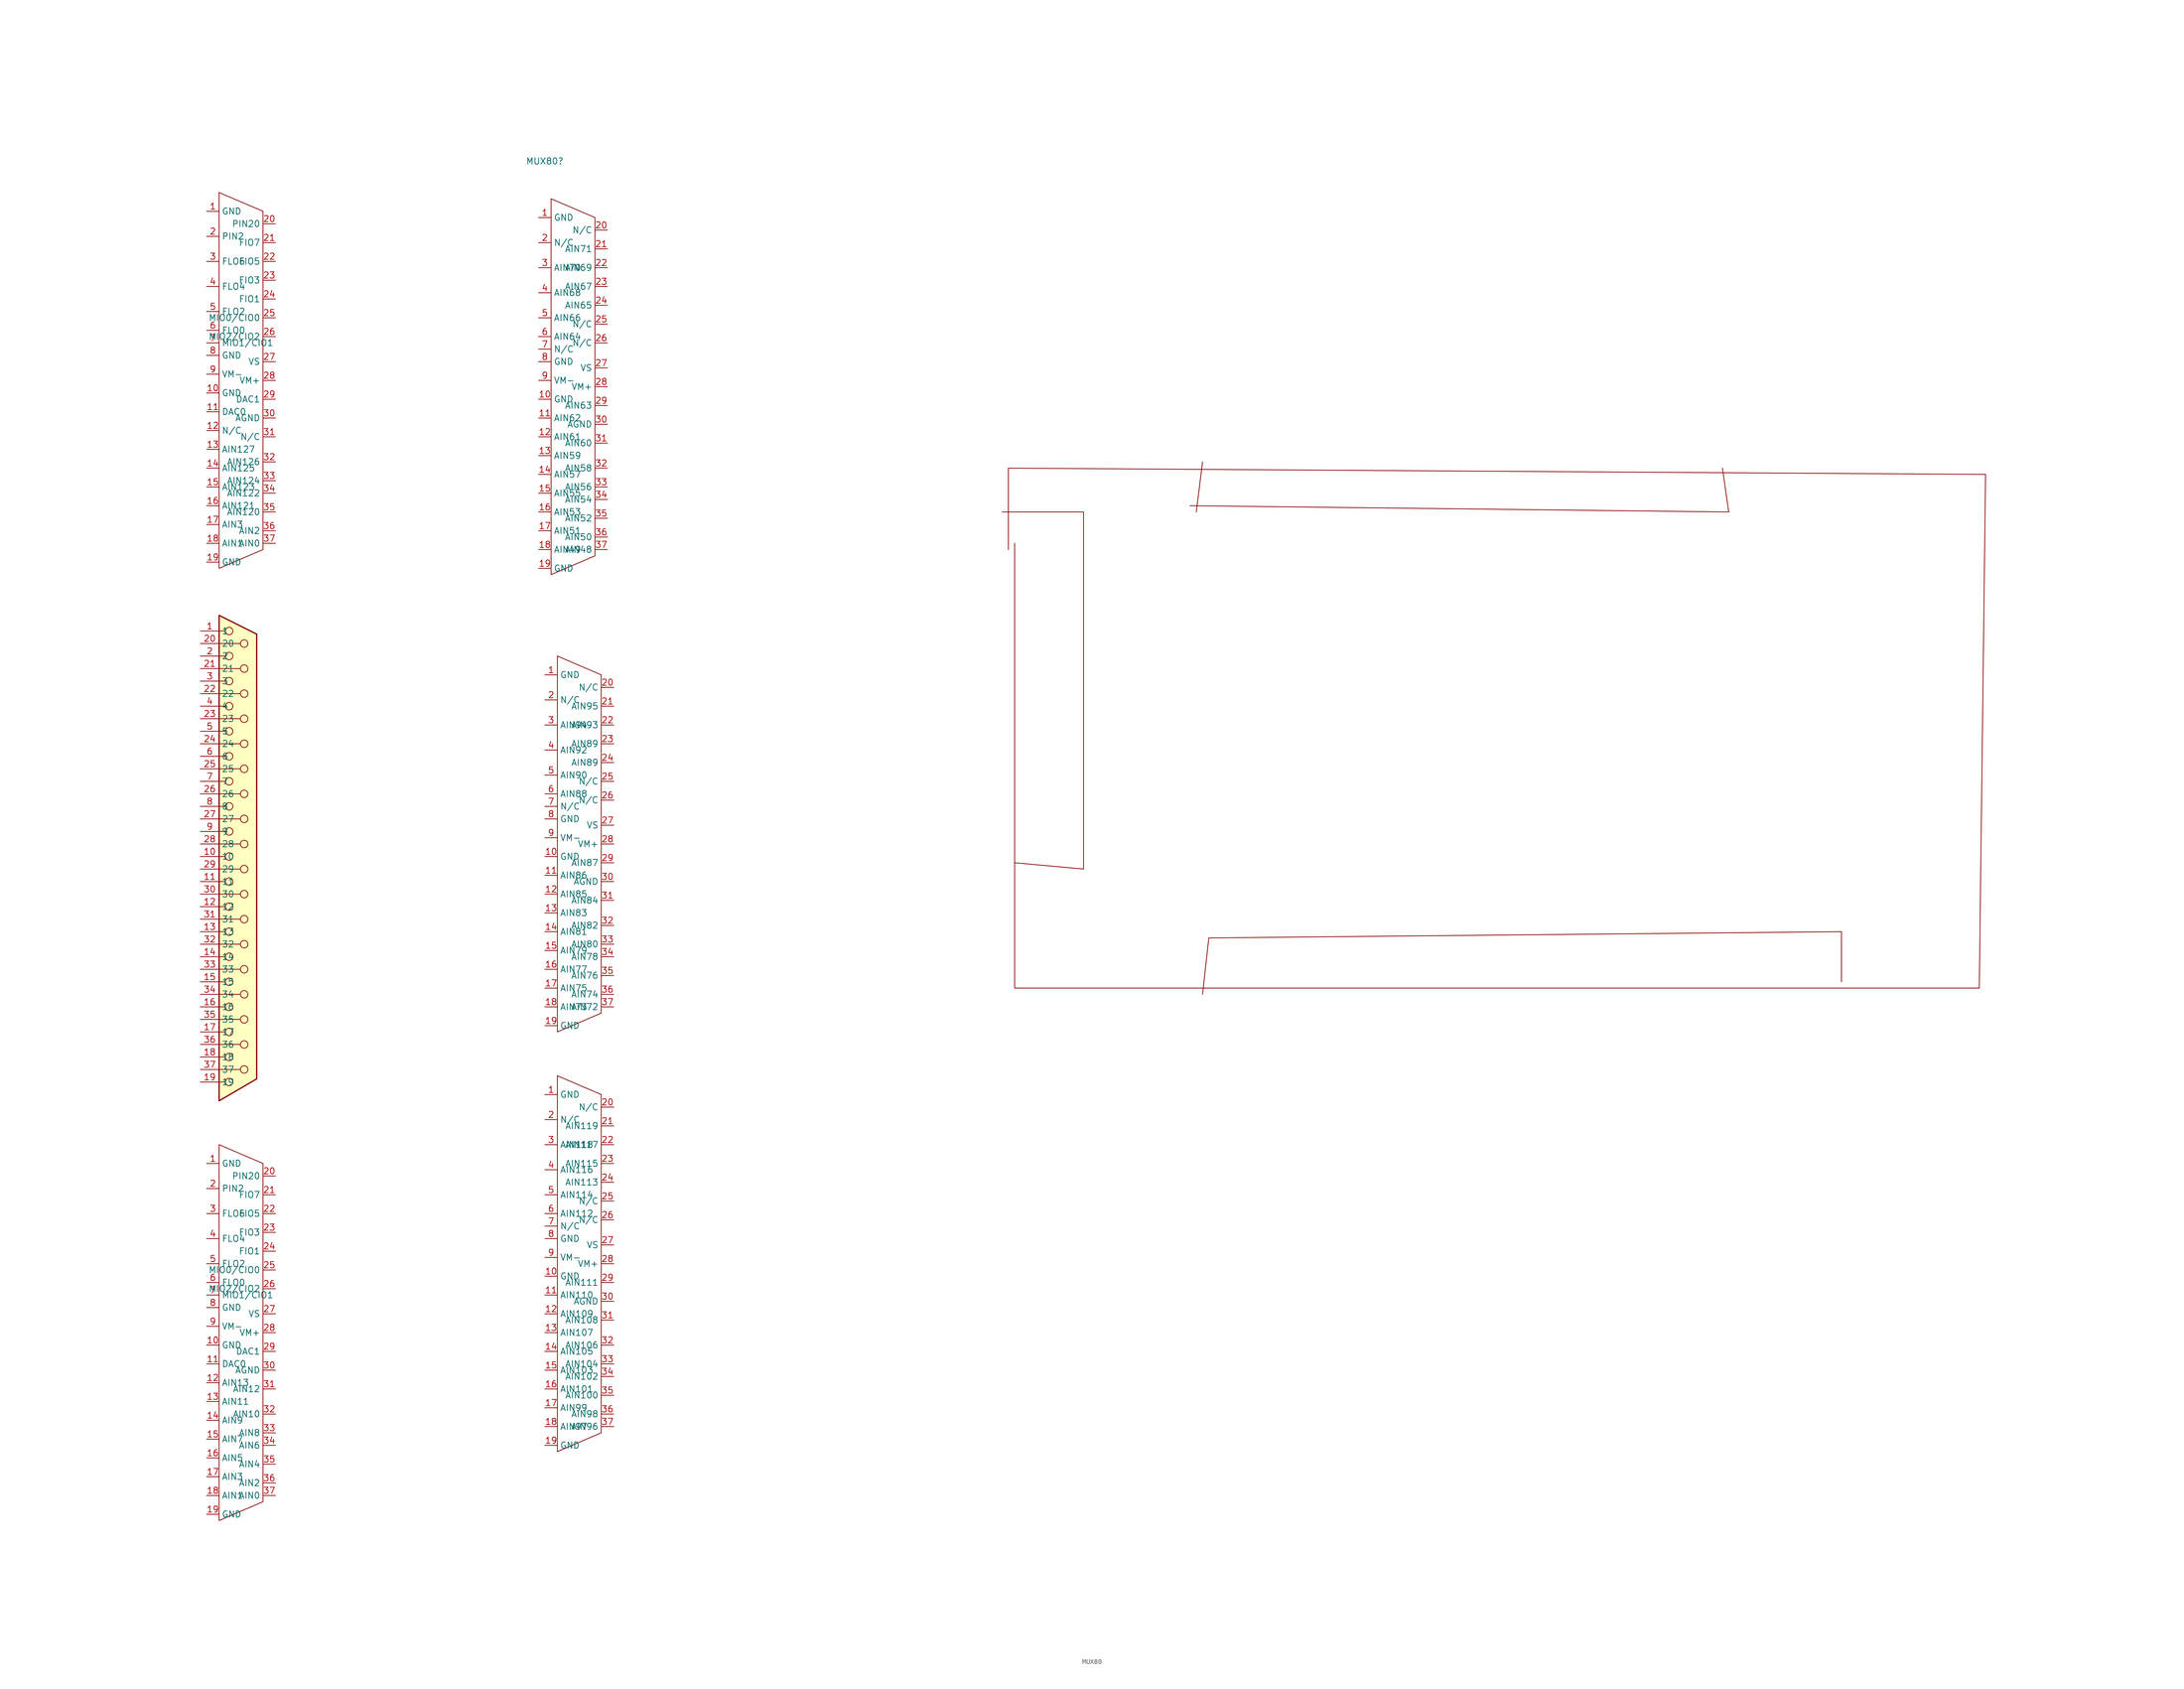
<source format=kicad_sym>
(kicad_symbol_lib
  (version 20241209)
  (generator "kicad_symbol_editor")
  (generator_version "9.0")
  (symbol "MUX80"
    (property "Reference" "MUX80"
      (at -24.13 133.35 0)
      (effects (font (size 1.27 1.27))))
    (property "Value" ""
      (at 0 0 0)
      (effects (font (size 1.27 1.27))))
    (symbol "MUX80_0_1"
      (polyline (pts (xy -90.17 127) (xy -81.28 123.19)) (stroke (width 0) (type default)) (fill (type none)))
      (polyline (pts (xy -90.17 38.1) (xy -88.9 38.1)) (stroke (width 0) (type default)) (fill (type none)))
      (polyline (pts (xy -90.17 35.56) (xy -85.852 35.56)) (stroke (width 0) (type default)) (fill (type none)))
      (polyline (pts (xy -90.17 33.02) (xy -88.9 33.02)) (stroke (width 0) (type default)) (fill (type none)))
      (polyline (pts (xy -90.17 30.48) (xy -85.852 30.48)) (stroke (width 0) (type default)) (fill (type none)))
      (polyline (pts (xy -90.17 27.94) (xy -88.9 27.94)) (stroke (width 0) (type default)) (fill (type none)))
      (polyline (pts (xy -90.17 25.4) (xy -85.852 25.4)) (stroke (width 0) (type default)) (fill (type none)))
      (polyline (pts (xy -90.17 22.86) (xy -88.9 22.86)) (stroke (width 0) (type default)) (fill (type none)))
      (polyline (pts (xy -90.17 20.32) (xy -85.852 20.32)) (stroke (width 0) (type default)) (fill (type none)))
      (polyline (pts (xy -90.17 17.78) (xy -88.9 17.78)) (stroke (width 0) (type default)) (fill (type none)))
      (polyline (pts (xy -90.17 15.24) (xy -85.852 15.24)) (stroke (width 0) (type default)) (fill (type none)))
      (polyline (pts (xy -90.17 12.7) (xy -88.9 12.7)) (stroke (width 0) (type default)) (fill (type none)))
      (polyline (pts (xy -90.17 10.16) (xy -85.852 10.16)) (stroke (width 0) (type default)) (fill (type none)))
      (polyline (pts (xy -90.17 7.62) (xy -88.9 7.62)) (stroke (width 0) (type default)) (fill (type none)))
      (polyline (pts (xy -90.17 5.08) (xy -85.852 5.08)) (stroke (width 0) (type default)) (fill (type none)))
      (polyline (pts (xy -90.17 2.54) (xy -88.9 2.54)) (stroke (width 0) (type default)) (fill (type none)))
      (polyline (pts (xy -90.17 0) (xy -85.852 0)) (stroke (width 0) (type default)) (fill (type none)))
      (polyline (pts (xy -90.17 -2.54) (xy -88.9 -2.54)) (stroke (width 0) (type default)) (fill (type none)))
      (polyline (pts (xy -90.17 -5.08) (xy -85.852 -5.08)) (stroke (width 0) (type default)) (fill (type none)))
      (polyline (pts (xy -90.17 -7.62) (xy -88.9 -7.62)) (stroke (width 0) (type default)) (fill (type none)))
      (polyline (pts (xy -90.17 -10.16) (xy -85.852 -10.16)) (stroke (width 0) (type default)) (fill (type none)))
      (polyline (pts (xy -90.17 -12.7) (xy -88.9 -12.7)) (stroke (width 0) (type default)) (fill (type none)))
      (polyline (pts (xy -90.17 -15.24) (xy -85.852 -15.24)) (stroke (width 0) (type default)) (fill (type none)))
      (polyline (pts (xy -90.17 -17.78) (xy -88.9 -17.78)) (stroke (width 0) (type default)) (fill (type none)))
      (polyline (pts (xy -90.17 -20.32) (xy -85.852 -20.32)) (stroke (width 0) (type default)) (fill (type none)))
      (polyline (pts (xy -90.17 -22.86) (xy -88.9 -22.86)) (stroke (width 0) (type default)) (fill (type none)))
      (polyline (pts (xy -90.17 -25.4) (xy -85.852 -25.4)) (stroke (width 0) (type default)) (fill (type none)))
      (polyline (pts (xy -90.17 -27.94) (xy -88.9 -27.94)) (stroke (width 0) (type default)) (fill (type none)))
      (polyline (pts (xy -90.17 -30.48) (xy -85.852 -30.48)) (stroke (width 0) (type default)) (fill (type none)))
      (polyline (pts (xy -90.17 -33.02) (xy -88.9 -33.02)) (stroke (width 0) (type default)) (fill (type none)))
      (polyline (pts (xy -90.17 -35.56) (xy -85.852 -35.56)) (stroke (width 0) (type default)) (fill (type none)))
      (polyline (pts (xy -90.17 -38.1) (xy -88.9 -38.1)) (stroke (width 0) (type default)) (fill (type none)))
      (polyline (pts (xy -90.17 -40.64) (xy -85.852 -40.64)) (stroke (width 0) (type default)) (fill (type none)))
      (polyline (pts (xy -90.17 -43.18) (xy -88.9 -43.18)) (stroke (width 0) (type default)) (fill (type none)))
      (polyline (pts (xy -90.17 -45.72) (xy -85.852 -45.72)) (stroke (width 0) (type default)) (fill (type none)))
      (polyline (pts (xy -90.17 -48.26) (xy -88.9 -48.26)) (stroke (width 0) (type default)) (fill (type none)))
      (polyline (pts (xy -90.17 -50.8) (xy -85.852 -50.8)) (stroke (width 0) (type default)) (fill (type none)))
      (polyline (pts (xy -90.17 -53.34) (xy -88.9 -53.34)) (stroke (width 0) (type default)) (fill (type none)))
      (polyline (pts (xy -90.17 -57.15) (xy -82.55 -52.705) (xy -82.55 37.465) (xy -90.17 41.275) (xy -90.17 -57.15)) (stroke (width 0.254) (type default)) (fill (type background)))
      (polyline (pts (xy -90.17 -66.04) (xy -81.28 -69.85)) (stroke (width 0) (type default)) (fill (type none)))
      (circle (center -88.138 38.1) (radius 0.762) (stroke (width 0) (type default)) (fill (type none)))
      (circle (center -88.138 33.02) (radius 0.762) (stroke (width 0) (type default)) (fill (type none)))
      (circle (center -88.138 27.94) (radius 0.762) (stroke (width 0) (type default)) (fill (type none)))
      (circle (center -88.138 22.86) (radius 0.762) (stroke (width 0) (type default)) (fill (type none)))
      (circle (center -88.138 17.78) (radius 0.762) (stroke (width 0) (type default)) (fill (type none)))
      (circle (center -88.138 12.7) (radius 0.762) (stroke (width 0) (type default)) (fill (type none)))
      (circle (center -88.138 7.62) (radius 0.762) (stroke (width 0) (type default)) (fill (type none)))
      (circle (center -88.138 2.54) (radius 0.762) (stroke (width 0) (type default)) (fill (type none)))
      (circle (center -88.138 -2.54) (radius 0.762) (stroke (width 0) (type default)) (fill (type none)))
      (circle (center -88.138 -7.62) (radius 0.762) (stroke (width 0) (type default)) (fill (type none)))
      (circle (center -88.138 -12.7) (radius 0.762) (stroke (width 0) (type default)) (fill (type none)))
      (circle (center -88.138 -17.78) (radius 0.762) (stroke (width 0) (type default)) (fill (type none)))
      (circle (center -88.138 -22.86) (radius 0.762) (stroke (width 0) (type default)) (fill (type none)))
      (circle (center -88.138 -27.94) (radius 0.762) (stroke (width 0) (type default)) (fill (type none)))
      (circle (center -88.138 -33.02) (radius 0.762) (stroke (width 0) (type default)) (fill (type none)))
      (circle (center -88.138 -38.1) (radius 0.762) (stroke (width 0) (type default)) (fill (type none)))
      (circle (center -88.138 -43.18) (radius 0.762) (stroke (width 0) (type default)) (fill (type none)))
      (circle (center -88.138 -48.26) (radius 0.762) (stroke (width 0) (type default)) (fill (type none)))
      (circle (center -88.138 -53.34) (radius 0.762) (stroke (width 0) (type default)) (fill (type none)))
      (circle (center -85.09 35.56) (radius 0.762) (stroke (width 0) (type default)) (fill (type none)))
      (circle (center -85.09 30.48) (radius 0.762) (stroke (width 0) (type default)) (fill (type none)))
      (circle (center -85.09 25.4) (radius 0.762) (stroke (width 0) (type default)) (fill (type none)))
      (circle (center -85.09 20.32) (radius 0.762) (stroke (width 0) (type default)) (fill (type none)))
      (circle (center -85.09 15.24) (radius 0.762) (stroke (width 0) (type default)) (fill (type none)))
      (circle (center -85.09 10.16) (radius 0.762) (stroke (width 0) (type default)) (fill (type none)))
      (circle (center -85.09 5.08) (radius 0.762) (stroke (width 0) (type default)) (fill (type none)))
      (circle (center -85.09 0) (radius 0.762) (stroke (width 0) (type default)) (fill (type none)))
      (circle (center -85.09 -5.08) (radius 0.762) (stroke (width 0) (type default)) (fill (type none)))
      (circle (center -85.09 -10.16) (radius 0.762) (stroke (width 0) (type default)) (fill (type none)))
      (circle (center -85.09 -15.24) (radius 0.762) (stroke (width 0) (type default)) (fill (type none)))
      (circle (center -85.09 -20.32) (radius 0.762) (stroke (width 0) (type default)) (fill (type none)))
      (circle (center -85.09 -25.4) (radius 0.762) (stroke (width 0) (type default)) (fill (type none)))
      (circle (center -85.09 -30.48) (radius 0.762) (stroke (width 0) (type default)) (fill (type none)))
      (circle (center -85.09 -35.56) (radius 0.762) (stroke (width 0) (type default)) (fill (type none)))
      (circle (center -85.09 -40.64) (radius 0.762) (stroke (width 0) (type default)) (fill (type none)))
      (circle (center -85.09 -45.72) (radius 0.762) (stroke (width 0) (type default)) (fill (type none)))
      (circle (center -85.09 -50.8) (radius 0.762) (stroke (width 0) (type default)) (fill (type none)))
      (polyline (pts (xy -81.28 123.19) (xy -81.28 54.61) (xy -90.17 50.8) (xy -90.17 127) (xy -90.17 114.3)) (stroke (width 0) (type default)) (fill (type none)))
      (polyline (pts (xy -81.28 -69.85) (xy -81.28 -138.43) (xy -90.17 -142.24) (xy -90.17 -66.04) (xy -90.17 -78.74)) (stroke (width 0) (type default)) (fill (type none)))
      (polyline (pts (xy -22.86 125.73) (xy -13.97 121.92)) (stroke (width 0) (type default)) (fill (type none)))
      (polyline (pts (xy -21.59 33.02) (xy -12.7 29.21)) (stroke (width 0) (type default)) (fill (type none)))
      (polyline (pts (xy -21.59 -52.07) (xy -12.7 -55.88)) (stroke (width 0) (type default)) (fill (type none)))
      (polyline (pts (xy -13.97 121.92) (xy -13.97 53.34) (xy -22.86 49.53) (xy -22.86 125.73) (xy -22.86 113.03)) (stroke (width 0) (type default)) (fill (type none)))
      (polyline (pts (xy -12.7 29.21) (xy -12.7 -39.37) (xy -21.59 -43.18) (xy -21.59 33.02) (xy -21.59 20.32)) (stroke (width 0) (type default)) (fill (type none)))
      (polyline (pts (xy -12.7 -55.88) (xy -12.7 -124.46) (xy -21.59 -128.27) (xy -21.59 -52.07) (xy -21.59 -64.77)) (stroke (width 0) (type default)) (fill (type none)))
      (polyline (pts (xy 68.58 62.23) (xy 85.09 62.23) (xy 85.09 -10.16) (xy 71.12 -8.89)) (stroke (width 0) (type default)) (fill (type none)))
      (polyline (pts (xy 71.12 55.88) (xy 71.12 -34.29) (xy 266.7 -34.29) (xy 267.97 69.85) (xy 69.85 71.12) (xy 69.85 54.61)) (stroke (width 0) (type default)) (fill (type none)))
      (polyline (pts (xy 106.68 63.5) (xy 215.9 62.23) (xy 214.63 71.12)) (stroke (width 0) (type default)) (fill (type none)))
      (polyline (pts (xy 109.22 72.39) (xy 107.95 62.23)) (stroke (width 0) (type default)) (fill (type none)))
      (polyline (pts (xy 109.22 -35.56) (xy 110.49 -24.13) (xy 238.76 -22.86) (xy 238.76 -33.02)) (stroke (width 0) (type default)) (fill (type none))))
    (symbol "MUX80_1_1"
      (pin passive line (at -93.98 38.1 0) (length 3.81) (name "1" (effects (font (size 1.27 1.27)))) (number "1" (effects (font (size 1.27 1.27)))))
      (pin passive line (at -93.98 35.56 0) (length 3.81) (name "20" (effects (font (size 1.27 1.27)))) (number "20" (effects (font (size 1.27 1.27)))))
      (pin passive line (at -93.98 33.02 0) (length 3.81) (name "2" (effects (font (size 1.27 1.27)))) (number "2" (effects (font (size 1.27 1.27)))))
      (pin passive line (at -93.98 30.48 0) (length 3.81) (name "21" (effects (font (size 1.27 1.27)))) (number "21" (effects (font (size 1.27 1.27)))))
      (pin passive line (at -93.98 27.94 0) (length 3.81) (name "3" (effects (font (size 1.27 1.27)))) (number "3" (effects (font (size 1.27 1.27)))))
      (pin passive line (at -93.98 25.4 0) (length 3.81) (name "22" (effects (font (size 1.27 1.27)))) (number "22" (effects (font (size 1.27 1.27)))))
      (pin passive line (at -93.98 22.86 0) (length 3.81) (name "4" (effects (font (size 1.27 1.27)))) (number "4" (effects (font (size 1.27 1.27)))))
      (pin passive line (at -93.98 20.32 0) (length 3.81) (name "23" (effects (font (size 1.27 1.27)))) (number "23" (effects (font (size 1.27 1.27)))))
      (pin passive line (at -93.98 17.78 0) (length 3.81) (name "5" (effects (font (size 1.27 1.27)))) (number "5" (effects (font (size 1.27 1.27)))))
      (pin passive line (at -93.98 15.24 0) (length 3.81) (name "24" (effects (font (size 1.27 1.27)))) (number "24" (effects (font (size 1.27 1.27)))))
      (pin passive line (at -93.98 12.7 0) (length 3.81) (name "6" (effects (font (size 1.27 1.27)))) (number "6" (effects (font (size 1.27 1.27)))))
      (pin passive line (at -93.98 10.16 0) (length 3.81) (name "25" (effects (font (size 1.27 1.27)))) (number "25" (effects (font (size 1.27 1.27)))))
      (pin passive line (at -93.98 7.62 0) (length 3.81) (name "7" (effects (font (size 1.27 1.27)))) (number "7" (effects (font (size 1.27 1.27)))))
      (pin passive line (at -93.98 5.08 0) (length 3.81) (name "26" (effects (font (size 1.27 1.27)))) (number "26" (effects (font (size 1.27 1.27)))))
      (pin passive line (at -93.98 2.54 0) (length 3.81) (name "8" (effects (font (size 1.27 1.27)))) (number "8" (effects (font (size 1.27 1.27)))))
      (pin passive line (at -93.98 0 0) (length 3.81) (name "27" (effects (font (size 1.27 1.27)))) (number "27" (effects (font (size 1.27 1.27)))))
      (pin passive line (at -93.98 -2.54 0) (length 3.81) (name "9" (effects (font (size 1.27 1.27)))) (number "9" (effects (font (size 1.27 1.27)))))
      (pin passive line (at -93.98 -5.08 0) (length 3.81) (name "28" (effects (font (size 1.27 1.27)))) (number "28" (effects (font (size 1.27 1.27)))))
      (pin passive line (at -93.98 -7.62 0) (length 3.81) (name "10" (effects (font (size 1.27 1.27)))) (number "10" (effects (font (size 1.27 1.27)))))
      (pin passive line (at -93.98 -10.16 0) (length 3.81) (name "29" (effects (font (size 1.27 1.27)))) (number "29" (effects (font (size 1.27 1.27)))))
      (pin passive line (at -93.98 -12.7 0) (length 3.81) (name "11" (effects (font (size 1.27 1.27)))) (number "11" (effects (font (size 1.27 1.27)))))
      (pin passive line (at -93.98 -15.24 0) (length 3.81) (name "30" (effects (font (size 1.27 1.27)))) (number "30" (effects (font (size 1.27 1.27)))))
      (pin passive line (at -93.98 -17.78 0) (length 3.81) (name "12" (effects (font (size 1.27 1.27)))) (number "12" (effects (font (size 1.27 1.27)))))
      (pin passive line (at -93.98 -20.32 0) (length 3.81) (name "31" (effects (font (size 1.27 1.27)))) (number "31" (effects (font (size 1.27 1.27)))))
      (pin passive line (at -93.98 -22.86 0) (length 3.81) (name "13" (effects (font (size 1.27 1.27)))) (number "13" (effects (font (size 1.27 1.27)))))
      (pin passive line (at -93.98 -25.4 0) (length 3.81) (name "32" (effects (font (size 1.27 1.27)))) (number "32" (effects (font (size 1.27 1.27)))))
      (pin passive line (at -93.98 -27.94 0) (length 3.81) (name "14" (effects (font (size 1.27 1.27)))) (number "14" (effects (font (size 1.27 1.27)))))
      (pin passive line (at -93.98 -30.48 0) (length 3.81) (name "33" (effects (font (size 1.27 1.27)))) (number "33" (effects (font (size 1.27 1.27)))))
      (pin passive line (at -93.98 -33.02 0) (length 3.81) (name "15" (effects (font (size 1.27 1.27)))) (number "15" (effects (font (size 1.27 1.27)))))
      (pin passive line (at -93.98 -35.56 0) (length 3.81) (name "34" (effects (font (size 1.27 1.27)))) (number "34" (effects (font (size 1.27 1.27)))))
      (pin passive line (at -93.98 -38.1 0) (length 3.81) (name "16" (effects (font (size 1.27 1.27)))) (number "16" (effects (font (size 1.27 1.27)))))
      (pin passive line (at -93.98 -40.64 0) (length 3.81) (name "35" (effects (font (size 1.27 1.27)))) (number "35" (effects (font (size 1.27 1.27)))))
      (pin passive line (at -93.98 -43.18 0) (length 3.81) (name "17" (effects (font (size 1.27 1.27)))) (number "17" (effects (font (size 1.27 1.27)))))
      (pin passive line (at -93.98 -45.72 0) (length 3.81) (name "36" (effects (font (size 1.27 1.27)))) (number "36" (effects (font (size 1.27 1.27)))))
      (pin passive line (at -93.98 -48.26 0) (length 3.81) (name "18" (effects (font (size 1.27 1.27)))) (number "18" (effects (font (size 1.27 1.27)))))
      (pin passive line (at -93.98 -50.8 0) (length 3.81) (name "37" (effects (font (size 1.27 1.27)))) (number "37" (effects (font (size 1.27 1.27)))))
      (pin passive line (at -93.98 -53.34 0) (length 3.81) (name "19" (effects (font (size 1.27 1.27)))) (number "19" (effects (font (size 1.27 1.27)))))
      (pin input line (at -92.71 123.19 0) (length 2.54) (name "GND" (effects (font (size 1.27 1.27)))) (number "1" (effects (font (size 1.27 1.27)))))
      (pin input line (at -92.71 118.11 0) (length 2.54) (name "PIN2" (effects (font (size 1.27 1.27)))) (number "2" (effects (font (size 1.27 1.27)))))
      (pin input line (at -92.71 113.03 0) (length 2.54) (name "FLO6" (effects (font (size 1.27 1.27)))) (number "3" (effects (font (size 1.27 1.27)))))
      (pin input line (at -92.71 107.95 0) (length 2.54) (name "FLO4" (effects (font (size 1.27 1.27)))) (number "4" (effects (font (size 1.27 1.27)))))
      (pin input line (at -92.71 102.87 0) (length 2.54) (name "FLO2" (effects (font (size 1.27 1.27)))) (number "5" (effects (font (size 1.27 1.27)))))
      (pin input line (at -92.71 99.06 0) (length 2.54) (name "FLO0" (effects (font (size 1.27 1.27)))) (number "6" (effects (font (size 1.27 1.27)))))
      (pin input line (at -92.71 96.52 0) (length 2.54) (name "MIO1/CIO1" (effects (font (size 1.27 1.27)))) (number "7" (effects (font (size 1.27 1.27)))))
      (pin input line (at -92.71 93.98 0) (length 2.54) (name "GND" (effects (font (size 1.27 1.27)))) (number "8" (effects (font (size 1.27 1.27)))))
      (pin input line (at -92.71 90.17 0) (length 2.54) (name "VM-" (effects (font (size 1.27 1.27)))) (number "9" (effects (font (size 1.27 1.27)))))
      (pin input line (at -92.71 86.36 0) (length 2.54) (name "GND" (effects (font (size 1.27 1.27)))) (number "10" (effects (font (size 1.27 1.27)))))
      (pin input line (at -92.71 82.55 0) (length 2.54) (name "DAC0" (effects (font (size 1.27 1.27)))) (number "11" (effects (font (size 1.27 1.27)))))
      (pin input line (at -92.71 78.74 0) (length 2.54) (name "N/C" (effects (font (size 1.27 1.27)))) (number "12" (effects (font (size 1.27 1.27)))))
      (pin input line (at -92.71 74.93 0) (length 2.54) (name "AIN127" (effects (font (size 1.27 1.27)))) (number "13" (effects (font (size 1.27 1.27)))))
      (pin input line (at -92.71 71.12 0) (length 2.54) (name "AIN125" (effects (font (size 1.27 1.27)))) (number "14" (effects (font (size 1.27 1.27)))))
      (pin input line (at -92.71 67.31 0) (length 2.54) (name "AIN123" (effects (font (size 1.27 1.27)))) (number "15" (effects (font (size 1.27 1.27)))))
      (pin input line (at -92.71 63.5 0) (length 2.54) (name "AIN121" (effects (font (size 1.27 1.27)))) (number "16" (effects (font (size 1.27 1.27)))))
      (pin input line (at -92.71 59.69 0) (length 2.54) (name "AIN3" (effects (font (size 1.27 1.27)))) (number "17" (effects (font (size 1.27 1.27)))))
      (pin input line (at -92.71 55.88 0) (length 2.54) (name "AIN1" (effects (font (size 1.27 1.27)))) (number "18" (effects (font (size 1.27 1.27)))))
      (pin input line (at -92.71 52.07 0) (length 2.54) (name "GND" (effects (font (size 1.27 1.27)))) (number "19" (effects (font (size 1.27 1.27)))))
      (pin input line (at -92.71 -69.85 0) (length 2.54) (name "GND" (effects (font (size 1.27 1.27)))) (number "1" (effects (font (size 1.27 1.27)))))
      (pin input line (at -92.71 -74.93 0) (length 2.54) (name "PIN2" (effects (font (size 1.27 1.27)))) (number "2" (effects (font (size 1.27 1.27)))))
      (pin input line (at -92.71 -80.01 0) (length 2.54) (name "FLO6" (effects (font (size 1.27 1.27)))) (number "3" (effects (font (size 1.27 1.27)))))
      (pin input line (at -92.71 -85.09 0) (length 2.54) (name "FLO4" (effects (font (size 1.27 1.27)))) (number "4" (effects (font (size 1.27 1.27)))))
      (pin input line (at -92.71 -90.17 0) (length 2.54) (name "FLO2" (effects (font (size 1.27 1.27)))) (number "5" (effects (font (size 1.27 1.27)))))
      (pin input line (at -92.71 -93.98 0) (length 2.54) (name "FLO0" (effects (font (size 1.27 1.27)))) (number "6" (effects (font (size 1.27 1.27)))))
      (pin input line (at -92.71 -96.52 0) (length 2.54) (name "MIO1/CIO1" (effects (font (size 1.27 1.27)))) (number "7" (effects (font (size 1.27 1.27)))))
      (pin input line (at -92.71 -99.06 0) (length 2.54) (name "GND" (effects (font (size 1.27 1.27)))) (number "8" (effects (font (size 1.27 1.27)))))
      (pin input line (at -92.71 -102.87 0) (length 2.54) (name "VM-" (effects (font (size 1.27 1.27)))) (number "9" (effects (font (size 1.27 1.27)))))
      (pin input line (at -92.71 -106.68 0) (length 2.54) (name "GND" (effects (font (size 1.27 1.27)))) (number "10" (effects (font (size 1.27 1.27)))))
      (pin input line (at -92.71 -110.49 0) (length 2.54) (name "DAC0" (effects (font (size 1.27 1.27)))) (number "11" (effects (font (size 1.27 1.27)))))
      (pin input line (at -92.71 -114.3 0) (length 2.54) (name "AIN13" (effects (font (size 1.27 1.27)))) (number "12" (effects (font (size 1.27 1.27)))))
      (pin input line (at -92.71 -118.11 0) (length 2.54) (name "AIN11" (effects (font (size 1.27 1.27)))) (number "13" (effects (font (size 1.27 1.27)))))
      (pin input line (at -92.71 -121.92 0) (length 2.54) (name "AIN9" (effects (font (size 1.27 1.27)))) (number "14" (effects (font (size 1.27 1.27)))))
      (pin input line (at -92.71 -125.73 0) (length 2.54) (name "AIN7" (effects (font (size 1.27 1.27)))) (number "15" (effects (font (size 1.27 1.27)))))
      (pin input line (at -92.71 -129.54 0) (length 2.54) (name "AIN5" (effects (font (size 1.27 1.27)))) (number "16" (effects (font (size 1.27 1.27)))))
      (pin input line (at -92.71 -133.35 0) (length 2.54) (name "AIN3" (effects (font (size 1.27 1.27)))) (number "17" (effects (font (size 1.27 1.27)))))
      (pin input line (at -92.71 -137.16 0) (length 2.54) (name "AIN1" (effects (font (size 1.27 1.27)))) (number "18" (effects (font (size 1.27 1.27)))))
      (pin input line (at -92.71 -140.97 0) (length 2.54) (name "GND" (effects (font (size 1.27 1.27)))) (number "19" (effects (font (size 1.27 1.27)))))
      (pin input line (at -78.74 120.65 180) (length 2.54) (name "PIN20" (effects (font (size 1.27 1.27)))) (number "20" (effects (font (size 1.27 1.27)))))
      (pin input line (at -78.74 116.84 180) (length 2.54) (name "FIO7" (effects (font (size 1.27 1.27)))) (number "21" (effects (font (size 1.27 1.27)))))
      (pin input line (at -78.74 113.03 180) (length 2.54) (name "FIO5" (effects (font (size 1.27 1.27)))) (number "22" (effects (font (size 1.27 1.27)))))
      (pin input line (at -78.74 109.22 180) (length 2.54) (name "FIO3" (effects (font (size 1.27 1.27)))) (number "23" (effects (font (size 1.27 1.27)))))
      (pin input line (at -78.74 105.41 180) (length 2.54) (name "FIO1" (effects (font (size 1.27 1.27)))) (number "24" (effects (font (size 1.27 1.27)))))
      (pin input line (at -78.74 101.6 180) (length 2.54) (name "MIO0/CIO0" (effects (font (size 1.27 1.27)))) (number "25" (effects (font (size 1.27 1.27)))))
      (pin input line (at -78.74 97.79 180) (length 2.54) (name "MIO2/CIO2" (effects (font (size 1.27 1.27)))) (number "26" (effects (font (size 1.27 1.27)))))
      (pin input line (at -78.74 92.71 180) (length 2.54) (name "VS" (effects (font (size 1.27 1.27)))) (number "27" (effects (font (size 1.27 1.27)))))
      (pin input line (at -78.74 88.9 180) (length 2.54) (name "VM+" (effects (font (size 1.27 1.27)))) (number "28" (effects (font (size 1.27 1.27)))))
      (pin input line (at -78.74 85.09 180) (length 2.54) (name "DAC1" (effects (font (size 1.27 1.27)))) (number "29" (effects (font (size 1.27 1.27)))))
      (pin input line (at -78.74 81.28 180) (length 2.54) (name "AGND" (effects (font (size 1.27 1.27)))) (number "30" (effects (font (size 1.27 1.27)))))
      (pin input line (at -78.74 77.47 180) (length 2.54) (name "N/C" (effects (font (size 1.27 1.27)))) (number "31" (effects (font (size 1.27 1.27)))))
      (pin input line (at -78.74 72.39 180) (length 2.54) (name "AIN126" (effects (font (size 1.27 1.27)))) (number "32" (effects (font (size 1.27 1.27)))))
      (pin input line (at -78.74 68.58 180) (length 2.54) (name "AIN124" (effects (font (size 1.27 1.27)))) (number "33" (effects (font (size 1.27 1.27)))))
      (pin input line (at -78.74 66.04 180) (length 2.54) (name "AIN122" (effects (font (size 1.27 1.27)))) (number "34" (effects (font (size 1.27 1.27)))))
      (pin input line (at -78.74 62.23 180) (length 2.54) (name "AIN120" (effects (font (size 1.27 1.27)))) (number "35" (effects (font (size 1.27 1.27)))))
      (pin input line (at -78.74 58.42 180) (length 2.54) (name "AIN2" (effects (font (size 1.27 1.27)))) (number "36" (effects (font (size 1.27 1.27)))))
      (pin input line (at -78.74 55.88 180) (length 2.54) (name "AIN0" (effects (font (size 1.27 1.27)))) (number "37" (effects (font (size 1.27 1.27)))))
      (pin input line (at -78.74 -72.39 180) (length 2.54) (name "PIN20" (effects (font (size 1.27 1.27)))) (number "20" (effects (font (size 1.27 1.27)))))
      (pin input line (at -78.74 -76.2 180) (length 2.54) (name "FIO7" (effects (font (size 1.27 1.27)))) (number "21" (effects (font (size 1.27 1.27)))))
      (pin input line (at -78.74 -80.01 180) (length 2.54) (name "FIO5" (effects (font (size 1.27 1.27)))) (number "22" (effects (font (size 1.27 1.27)))))
      (pin input line (at -78.74 -83.82 180) (length 2.54) (name "FIO3" (effects (font (size 1.27 1.27)))) (number "23" (effects (font (size 1.27 1.27)))))
      (pin input line (at -78.74 -87.63 180) (length 2.54) (name "FIO1" (effects (font (size 1.27 1.27)))) (number "24" (effects (font (size 1.27 1.27)))))
      (pin input line (at -78.74 -91.44 180) (length 2.54) (name "MIO0/CIO0" (effects (font (size 1.27 1.27)))) (number "25" (effects (font (size 1.27 1.27)))))
      (pin input line (at -78.74 -95.25 180) (length 2.54) (name "MIO2/CIO2" (effects (font (size 1.27 1.27)))) (number "26" (effects (font (size 1.27 1.27)))))
      (pin input line (at -78.74 -100.33 180) (length 2.54) (name "VS" (effects (font (size 1.27 1.27)))) (number "27" (effects (font (size 1.27 1.27)))))
      (pin input line (at -78.74 -104.14 180) (length 2.54) (name "VM+" (effects (font (size 1.27 1.27)))) (number "28" (effects (font (size 1.27 1.27)))))
      (pin input line (at -78.74 -107.95 180) (length 2.54) (name "DAC1" (effects (font (size 1.27 1.27)))) (number "29" (effects (font (size 1.27 1.27)))))
      (pin input line (at -78.74 -111.76 180) (length 2.54) (name "AGND" (effects (font (size 1.27 1.27)))) (number "30" (effects (font (size 1.27 1.27)))))
      (pin input line (at -78.74 -115.57 180) (length 2.54) (name "AIN12" (effects (font (size 1.27 1.27)))) (number "31" (effects (font (size 1.27 1.27)))))
      (pin input line (at -78.74 -120.65 180) (length 2.54) (name "AIN10" (effects (font (size 1.27 1.27)))) (number "32" (effects (font (size 1.27 1.27)))))
      (pin input line (at -78.74 -124.46 180) (length 2.54) (name "AIN8" (effects (font (size 1.27 1.27)))) (number "33" (effects (font (size 1.27 1.27)))))
      (pin input line (at -78.74 -127 180) (length 2.54) (name "AIN6" (effects (font (size 1.27 1.27)))) (number "34" (effects (font (size 1.27 1.27)))))
      (pin input line (at -78.74 -130.81 180) (length 2.54) (name "AIN4" (effects (font (size 1.27 1.27)))) (number "35" (effects (font (size 1.27 1.27)))))
      (pin input line (at -78.74 -134.62 180) (length 2.54) (name "AIN2" (effects (font (size 1.27 1.27)))) (number "36" (effects (font (size 1.27 1.27)))))
      (pin input line (at -78.74 -137.16 180) (length 2.54) (name "AIN0" (effects (font (size 1.27 1.27)))) (number "37" (effects (font (size 1.27 1.27)))))
      (pin input line (at -25.4 121.92 0) (length 2.54) (name "GND" (effects (font (size 1.27 1.27)))) (number "1" (effects (font (size 1.27 1.27)))))
      (pin input line (at -25.4 116.84 0) (length 2.54) (name "N/C" (effects (font (size 1.27 1.27)))) (number "2" (effects (font (size 1.27 1.27)))))
      (pin input line (at -25.4 111.76 0) (length 2.54) (name "AIN70" (effects (font (size 1.27 1.27)))) (number "3" (effects (font (size 1.27 1.27)))))
      (pin input line (at -25.4 106.68 0) (length 2.54) (name "AIN68" (effects (font (size 1.27 1.27)))) (number "4" (effects (font (size 1.27 1.27)))))
      (pin input line (at -25.4 101.6 0) (length 2.54) (name "AIN66" (effects (font (size 1.27 1.27)))) (number "5" (effects (font (size 1.27 1.27)))))
      (pin input line (at -25.4 97.79 0) (length 2.54) (name "AIN64" (effects (font (size 1.27 1.27)))) (number "6" (effects (font (size 1.27 1.27)))))
      (pin input line (at -25.4 95.25 0) (length 2.54) (name "N/C" (effects (font (size 1.27 1.27)))) (number "7" (effects (font (size 1.27 1.27)))))
      (pin input line (at -25.4 92.71 0) (length 2.54) (name "GND" (effects (font (size 1.27 1.27)))) (number "8" (effects (font (size 1.27 1.27)))))
      (pin input line (at -25.4 88.9 0) (length 2.54) (name "VM-" (effects (font (size 1.27 1.27)))) (number "9" (effects (font (size 1.27 1.27)))))
      (pin input line (at -25.4 85.09 0) (length 2.54) (name "GND" (effects (font (size 1.27 1.27)))) (number "10" (effects (font (size 1.27 1.27)))))
      (pin input line (at -25.4 81.28 0) (length 2.54) (name "AIN62" (effects (font (size 1.27 1.27)))) (number "11" (effects (font (size 1.27 1.27)))))
      (pin input line (at -25.4 77.47 0) (length 2.54) (name "AIN61" (effects (font (size 1.27 1.27)))) (number "12" (effects (font (size 1.27 1.27)))))
      (pin input line (at -25.4 73.66 0) (length 2.54) (name "AIN59" (effects (font (size 1.27 1.27)))) (number "13" (effects (font (size 1.27 1.27)))))
      (pin input line (at -25.4 69.85 0) (length 2.54) (name "AIN57" (effects (font (size 1.27 1.27)))) (number "14" (effects (font (size 1.27 1.27)))))
      (pin input line (at -25.4 66.04 0) (length 2.54) (name "AIN55" (effects (font (size 1.27 1.27)))) (number "15" (effects (font (size 1.27 1.27)))))
      (pin input line (at -25.4 62.23 0) (length 2.54) (name "AIN53" (effects (font (size 1.27 1.27)))) (number "16" (effects (font (size 1.27 1.27)))))
      (pin input line (at -25.4 58.42 0) (length 2.54) (name "AIN51" (effects (font (size 1.27 1.27)))) (number "17" (effects (font (size 1.27 1.27)))))
      (pin input line (at -25.4 54.61 0) (length 2.54) (name "AIN49" (effects (font (size 1.27 1.27)))) (number "18" (effects (font (size 1.27 1.27)))))
      (pin input line (at -25.4 50.8 0) (length 2.54) (name "GND" (effects (font (size 1.27 1.27)))) (number "19" (effects (font (size 1.27 1.27)))))
      (pin input line (at -24.13 29.21 0) (length 2.54) (name "GND" (effects (font (size 1.27 1.27)))) (number "1" (effects (font (size 1.27 1.27)))))
      (pin input line (at -24.13 24.13 0) (length 2.54) (name "N/C" (effects (font (size 1.27 1.27)))) (number "2" (effects (font (size 1.27 1.27)))))
      (pin input line (at -24.13 19.05 0) (length 2.54) (name "AIN94" (effects (font (size 1.27 1.27)))) (number "3" (effects (font (size 1.27 1.27)))))
      (pin input line (at -24.13 13.97 0) (length 2.54) (name "AIN92" (effects (font (size 1.27 1.27)))) (number "4" (effects (font (size 1.27 1.27)))))
      (pin input line (at -24.13 8.89 0) (length 2.54) (name "AIN90" (effects (font (size 1.27 1.27)))) (number "5" (effects (font (size 1.27 1.27)))))
      (pin input line (at -24.13 5.08 0) (length 2.54) (name "AIN88" (effects (font (size 1.27 1.27)))) (number "6" (effects (font (size 1.27 1.27)))))
      (pin input line (at -24.13 2.54 0) (length 2.54) (name "N/C" (effects (font (size 1.27 1.27)))) (number "7" (effects (font (size 1.27 1.27)))))
      (pin input line (at -24.13 0 0) (length 2.54) (name "GND" (effects (font (size 1.27 1.27)))) (number "8" (effects (font (size 1.27 1.27)))))
      (pin input line (at -24.13 -3.81 0) (length 2.54) (name "VM-" (effects (font (size 1.27 1.27)))) (number "9" (effects (font (size 1.27 1.27)))))
      (pin input line (at -24.13 -7.62 0) (length 2.54) (name "GND" (effects (font (size 1.27 1.27)))) (number "10" (effects (font (size 1.27 1.27)))))
      (pin input line (at -24.13 -11.43 0) (length 2.54) (name "AIN86" (effects (font (size 1.27 1.27)))) (number "11" (effects (font (size 1.27 1.27)))))
      (pin input line (at -24.13 -15.24 0) (length 2.54) (name "AIN85" (effects (font (size 1.27 1.27)))) (number "12" (effects (font (size 1.27 1.27)))))
      (pin input line (at -24.13 -19.05 0) (length 2.54) (name "AIN83" (effects (font (size 1.27 1.27)))) (number "13" (effects (font (size 1.27 1.27)))))
      (pin input line (at -24.13 -22.86 0) (length 2.54) (name "AIN81" (effects (font (size 1.27 1.27)))) (number "14" (effects (font (size 1.27 1.27)))))
      (pin input line (at -24.13 -26.67 0) (length 2.54) (name "AIN79" (effects (font (size 1.27 1.27)))) (number "15" (effects (font (size 1.27 1.27)))))
      (pin input line (at -24.13 -30.48 0) (length 2.54) (name "AIN77" (effects (font (size 1.27 1.27)))) (number "16" (effects (font (size 1.27 1.27)))))
      (pin input line (at -24.13 -34.29 0) (length 2.54) (name "AIN75" (effects (font (size 1.27 1.27)))) (number "17" (effects (font (size 1.27 1.27)))))
      (pin input line (at -24.13 -38.1 0) (length 2.54) (name "AIN73" (effects (font (size 1.27 1.27)))) (number "18" (effects (font (size 1.27 1.27)))))
      (pin input line (at -24.13 -41.91 0) (length 2.54) (name "GND" (effects (font (size 1.27 1.27)))) (number "19" (effects (font (size 1.27 1.27)))))
      (pin input line (at -24.13 -55.88 0) (length 2.54) (name "GND" (effects (font (size 1.27 1.27)))) (number "1" (effects (font (size 1.27 1.27)))))
      (pin input line (at -24.13 -60.96 0) (length 2.54) (name "N/C" (effects (font (size 1.27 1.27)))) (number "2" (effects (font (size 1.27 1.27)))))
      (pin input line (at -24.13 -66.04 0) (length 2.54) (name "AIN118" (effects (font (size 1.27 1.27)))) (number "3" (effects (font (size 1.27 1.27)))))
      (pin input line (at -24.13 -71.12 0) (length 2.54) (name "AIN116" (effects (font (size 1.27 1.27)))) (number "4" (effects (font (size 1.27 1.27)))))
      (pin input line (at -24.13 -76.2 0) (length 2.54) (name "AIN114" (effects (font (size 1.27 1.27)))) (number "5" (effects (font (size 1.27 1.27)))))
      (pin input line (at -24.13 -80.01 0) (length 2.54) (name "AIN112" (effects (font (size 1.27 1.27)))) (number "6" (effects (font (size 1.27 1.27)))))
      (pin input line (at -24.13 -82.55 0) (length 2.54) (name "N/C" (effects (font (size 1.27 1.27)))) (number "7" (effects (font (size 1.27 1.27)))))
      (pin input line (at -24.13 -85.09 0) (length 2.54) (name "GND" (effects (font (size 1.27 1.27)))) (number "8" (effects (font (size 1.27 1.27)))))
      (pin input line (at -24.13 -88.9 0) (length 2.54) (name "VM-" (effects (font (size 1.27 1.27)))) (number "9" (effects (font (size 1.27 1.27)))))
      (pin input line (at -24.13 -92.71 0) (length 2.54) (name "GND" (effects (font (size 1.27 1.27)))) (number "10" (effects (font (size 1.27 1.27)))))
      (pin input line (at -24.13 -96.52 0) (length 2.54) (name "AIN110" (effects (font (size 1.27 1.27)))) (number "11" (effects (font (size 1.27 1.27)))))
      (pin input line (at -24.13 -100.33 0) (length 2.54) (name "AIN109" (effects (font (size 1.27 1.27)))) (number "12" (effects (font (size 1.27 1.27)))))
      (pin input line (at -24.13 -104.14 0) (length 2.54) (name "AIN107" (effects (font (size 1.27 1.27)))) (number "13" (effects (font (size 1.27 1.27)))))
      (pin input line (at -24.13 -107.95 0) (length 2.54) (name "AIN105" (effects (font (size 1.27 1.27)))) (number "14" (effects (font (size 1.27 1.27)))))
      (pin input line (at -24.13 -111.76 0) (length 2.54) (name "AIN103" (effects (font (size 1.27 1.27)))) (number "15" (effects (font (size 1.27 1.27)))))
      (pin input line (at -24.13 -115.57 0) (length 2.54) (name "AIN101" (effects (font (size 1.27 1.27)))) (number "16" (effects (font (size 1.27 1.27)))))
      (pin input line (at -24.13 -119.38 0) (length 2.54) (name "AIN99" (effects (font (size 1.27 1.27)))) (number "17" (effects (font (size 1.27 1.27)))))
      (pin input line (at -24.13 -123.19 0) (length 2.54) (name "AIN97" (effects (font (size 1.27 1.27)))) (number "18" (effects (font (size 1.27 1.27)))))
      (pin input line (at -24.13 -127 0) (length 2.54) (name "GND" (effects (font (size 1.27 1.27)))) (number "19" (effects (font (size 1.27 1.27)))))
      (pin input line (at -11.43 119.38 180) (length 2.54) (name "N/C" (effects (font (size 1.27 1.27)))) (number "20" (effects (font (size 1.27 1.27)))))
      (pin input line (at -11.43 115.57 180) (length 2.54) (name "AIN71" (effects (font (size 1.27 1.27)))) (number "21" (effects (font (size 1.27 1.27)))))
      (pin input line (at -11.43 111.76 180) (length 2.54) (name "AIN69" (effects (font (size 1.27 1.27)))) (number "22" (effects (font (size 1.27 1.27)))))
      (pin input line (at -11.43 107.95 180) (length 2.54) (name "AIN67" (effects (font (size 1.27 1.27)))) (number "23" (effects (font (size 1.27 1.27)))))
      (pin input line (at -11.43 104.14 180) (length 2.54) (name "AIN65" (effects (font (size 1.27 1.27)))) (number "24" (effects (font (size 1.27 1.27)))))
      (pin input line (at -11.43 100.33 180) (length 2.54) (name "N/C" (effects (font (size 1.27 1.27)))) (number "25" (effects (font (size 1.27 1.27)))))
      (pin input line (at -11.43 96.52 180) (length 2.54) (name "N/C" (effects (font (size 1.27 1.27)))) (number "26" (effects (font (size 1.27 1.27)))))
      (pin input line (at -11.43 91.44 180) (length 2.54) (name "VS" (effects (font (size 1.27 1.27)))) (number "27" (effects (font (size 1.27 1.27)))))
      (pin input line (at -11.43 87.63 180) (length 2.54) (name "VM+" (effects (font (size 1.27 1.27)))) (number "28" (effects (font (size 1.27 1.27)))))
      (pin input line (at -11.43 83.82 180) (length 2.54) (name "AIN63" (effects (font (size 1.27 1.27)))) (number "29" (effects (font (size 1.27 1.27)))))
      (pin input line (at -11.43 80.01 180) (length 2.54) (name "AGND" (effects (font (size 1.27 1.27)))) (number "30" (effects (font (size 1.27 1.27)))))
      (pin input line (at -11.43 76.2 180) (length 2.54) (name "AIN60" (effects (font (size 1.27 1.27)))) (number "31" (effects (font (size 1.27 1.27)))))
      (pin input line (at -11.43 71.12 180) (length 2.54) (name "AIN58" (effects (font (size 1.27 1.27)))) (number "32" (effects (font (size 1.27 1.27)))))
      (pin input line (at -11.43 67.31 180) (length 2.54) (name "AIN56" (effects (font (size 1.27 1.27)))) (number "33" (effects (font (size 1.27 1.27)))))
      (pin input line (at -11.43 64.77 180) (length 2.54) (name "AIN54" (effects (font (size 1.27 1.27)))) (number "34" (effects (font (size 1.27 1.27)))))
      (pin input line (at -11.43 60.96 180) (length 2.54) (name "AIN52" (effects (font (size 1.27 1.27)))) (number "35" (effects (font (size 1.27 1.27)))))
      (pin input line (at -11.43 57.15 180) (length 2.54) (name "AIN50" (effects (font (size 1.27 1.27)))) (number "36" (effects (font (size 1.27 1.27)))))
      (pin input line (at -11.43 54.61 180) (length 2.54) (name "AIN48" (effects (font (size 1.27 1.27)))) (number "37" (effects (font (size 1.27 1.27)))))
      (pin input line (at -10.16 26.67 180) (length 2.54) (name "N/C" (effects (font (size 1.27 1.27)))) (number "20" (effects (font (size 1.27 1.27)))))
      (pin input line (at -10.16 22.86 180) (length 2.54) (name "AIN95" (effects (font (size 1.27 1.27)))) (number "21" (effects (font (size 1.27 1.27)))))
      (pin input line (at -10.16 19.05 180) (length 2.54) (name "AIN93" (effects (font (size 1.27 1.27)))) (number "22" (effects (font (size 1.27 1.27)))))
      (pin input line (at -10.16 15.24 180) (length 2.54) (name "AIN89" (effects (font (size 1.27 1.27)))) (number "23" (effects (font (size 1.27 1.27)))))
      (pin input line (at -10.16 11.43 180) (length 2.54) (name "AIN89" (effects (font (size 1.27 1.27)))) (number "24" (effects (font (size 1.27 1.27)))))
      (pin input line (at -10.16 7.62 180) (length 2.54) (name "N/C" (effects (font (size 1.27 1.27)))) (number "25" (effects (font (size 1.27 1.27)))))
      (pin input line (at -10.16 3.81 180) (length 2.54) (name "N/C" (effects (font (size 1.27 1.27)))) (number "26" (effects (font (size 1.27 1.27)))))
      (pin input line (at -10.16 -1.27 180) (length 2.54) (name "VS" (effects (font (size 1.27 1.27)))) (number "27" (effects (font (size 1.27 1.27)))))
      (pin input line (at -10.16 -5.08 180) (length 2.54) (name "VM+" (effects (font (size 1.27 1.27)))) (number "28" (effects (font (size 1.27 1.27)))))
      (pin input line (at -10.16 -8.89 180) (length 2.54) (name "AIN87" (effects (font (size 1.27 1.27)))) (number "29" (effects (font (size 1.27 1.27)))))
      (pin input line (at -10.16 -12.7 180) (length 2.54) (name "AGND" (effects (font (size 1.27 1.27)))) (number "30" (effects (font (size 1.27 1.27)))))
      (pin input line (at -10.16 -16.51 180) (length 2.54) (name "AIN84" (effects (font (size 1.27 1.27)))) (number "31" (effects (font (size 1.27 1.27)))))
      (pin input line (at -10.16 -21.59 180) (length 2.54) (name "AIN82" (effects (font (size 1.27 1.27)))) (number "32" (effects (font (size 1.27 1.27)))))
      (pin input line (at -10.16 -25.4 180) (length 2.54) (name "AIN80" (effects (font (size 1.27 1.27)))) (number "33" (effects (font (size 1.27 1.27)))))
      (pin input line (at -10.16 -27.94 180) (length 2.54) (name "AIN78" (effects (font (size 1.27 1.27)))) (number "34" (effects (font (size 1.27 1.27)))))
      (pin input line (at -10.16 -31.75 180) (length 2.54) (name "AIN76" (effects (font (size 1.27 1.27)))) (number "35" (effects (font (size 1.27 1.27)))))
      (pin input line (at -10.16 -35.56 180) (length 2.54) (name "AIN74" (effects (font (size 1.27 1.27)))) (number "36" (effects (font (size 1.27 1.27)))))
      (pin input line (at -10.16 -38.1 180) (length 2.54) (name "AIN72" (effects (font (size 1.27 1.27)))) (number "37" (effects (font (size 1.27 1.27)))))
      (pin input line (at -10.16 -58.42 180) (length 2.54) (name "N/C" (effects (font (size 1.27 1.27)))) (number "20" (effects (font (size 1.27 1.27)))))
      (pin input line (at -10.16 -62.23 180) (length 2.54) (name "AIN119" (effects (font (size 1.27 1.27)))) (number "21" (effects (font (size 1.27 1.27)))))
      (pin input line (at -10.16 -66.04 180) (length 2.54) (name "AIN117" (effects (font (size 1.27 1.27)))) (number "22" (effects (font (size 1.27 1.27)))))
      (pin input line (at -10.16 -69.85 180) (length 2.54) (name "AIN115" (effects (font (size 1.27 1.27)))) (number "23" (effects (font (size 1.27 1.27)))))
      (pin input line (at -10.16 -73.66 180) (length 2.54) (name "AIN113" (effects (font (size 1.27 1.27)))) (number "24" (effects (font (size 1.27 1.27)))))
      (pin input line (at -10.16 -77.47 180) (length 2.54) (name "N/C" (effects (font (size 1.27 1.27)))) (number "25" (effects (font (size 1.27 1.27)))))
      (pin input line (at -10.16 -81.28 180) (length 2.54) (name "N/C" (effects (font (size 1.27 1.27)))) (number "26" (effects (font (size 1.27 1.27)))))
      (pin input line (at -10.16 -86.36 180) (length 2.54) (name "VS" (effects (font (size 1.27 1.27)))) (number "27" (effects (font (size 1.27 1.27)))))
      (pin input line (at -10.16 -90.17 180) (length 2.54) (name "VM+" (effects (font (size 1.27 1.27)))) (number "28" (effects (font (size 1.27 1.27)))))
      (pin input line (at -10.16 -93.98 180) (length 2.54) (name "AIN111" (effects (font (size 1.27 1.27)))) (number "29" (effects (font (size 1.27 1.27)))))
      (pin input line (at -10.16 -97.79 180) (length 2.54) (name "AGND" (effects (font (size 1.27 1.27)))) (number "30" (effects (font (size 1.27 1.27)))))
      (pin input line (at -10.16 -101.6 180) (length 2.54) (name "AIN108" (effects (font (size 1.27 1.27)))) (number "31" (effects (font (size 1.27 1.27)))))
      (pin input line (at -10.16 -106.68 180) (length 2.54) (name "AIN106" (effects (font (size 1.27 1.27)))) (number "32" (effects (font (size 1.27 1.27)))))
      (pin input line (at -10.16 -110.49 180) (length 2.54) (name "AIN104" (effects (font (size 1.27 1.27)))) (number "33" (effects (font (size 1.27 1.27)))))
      (pin input line (at -10.16 -113.03 180) (length 2.54) (name "AIN102" (effects (font (size 1.27 1.27)))) (number "34" (effects (font (size 1.27 1.27)))))
      (pin input line (at -10.16 -116.84 180) (length 2.54) (name "AIN100" (effects (font (size 1.27 1.27)))) (number "35" (effects (font (size 1.27 1.27)))))
      (pin input line (at -10.16 -120.65 180) (length 2.54) (name "AIN98" (effects (font (size 1.27 1.27)))) (number "36" (effects (font (size 1.27 1.27)))))
      (pin input line (at -10.16 -123.19 180) (length 2.54) (name "AIN96" (effects (font (size 1.27 1.27)))) (number "37" (effects (font (size 1.27 1.27))))))))
</source>
